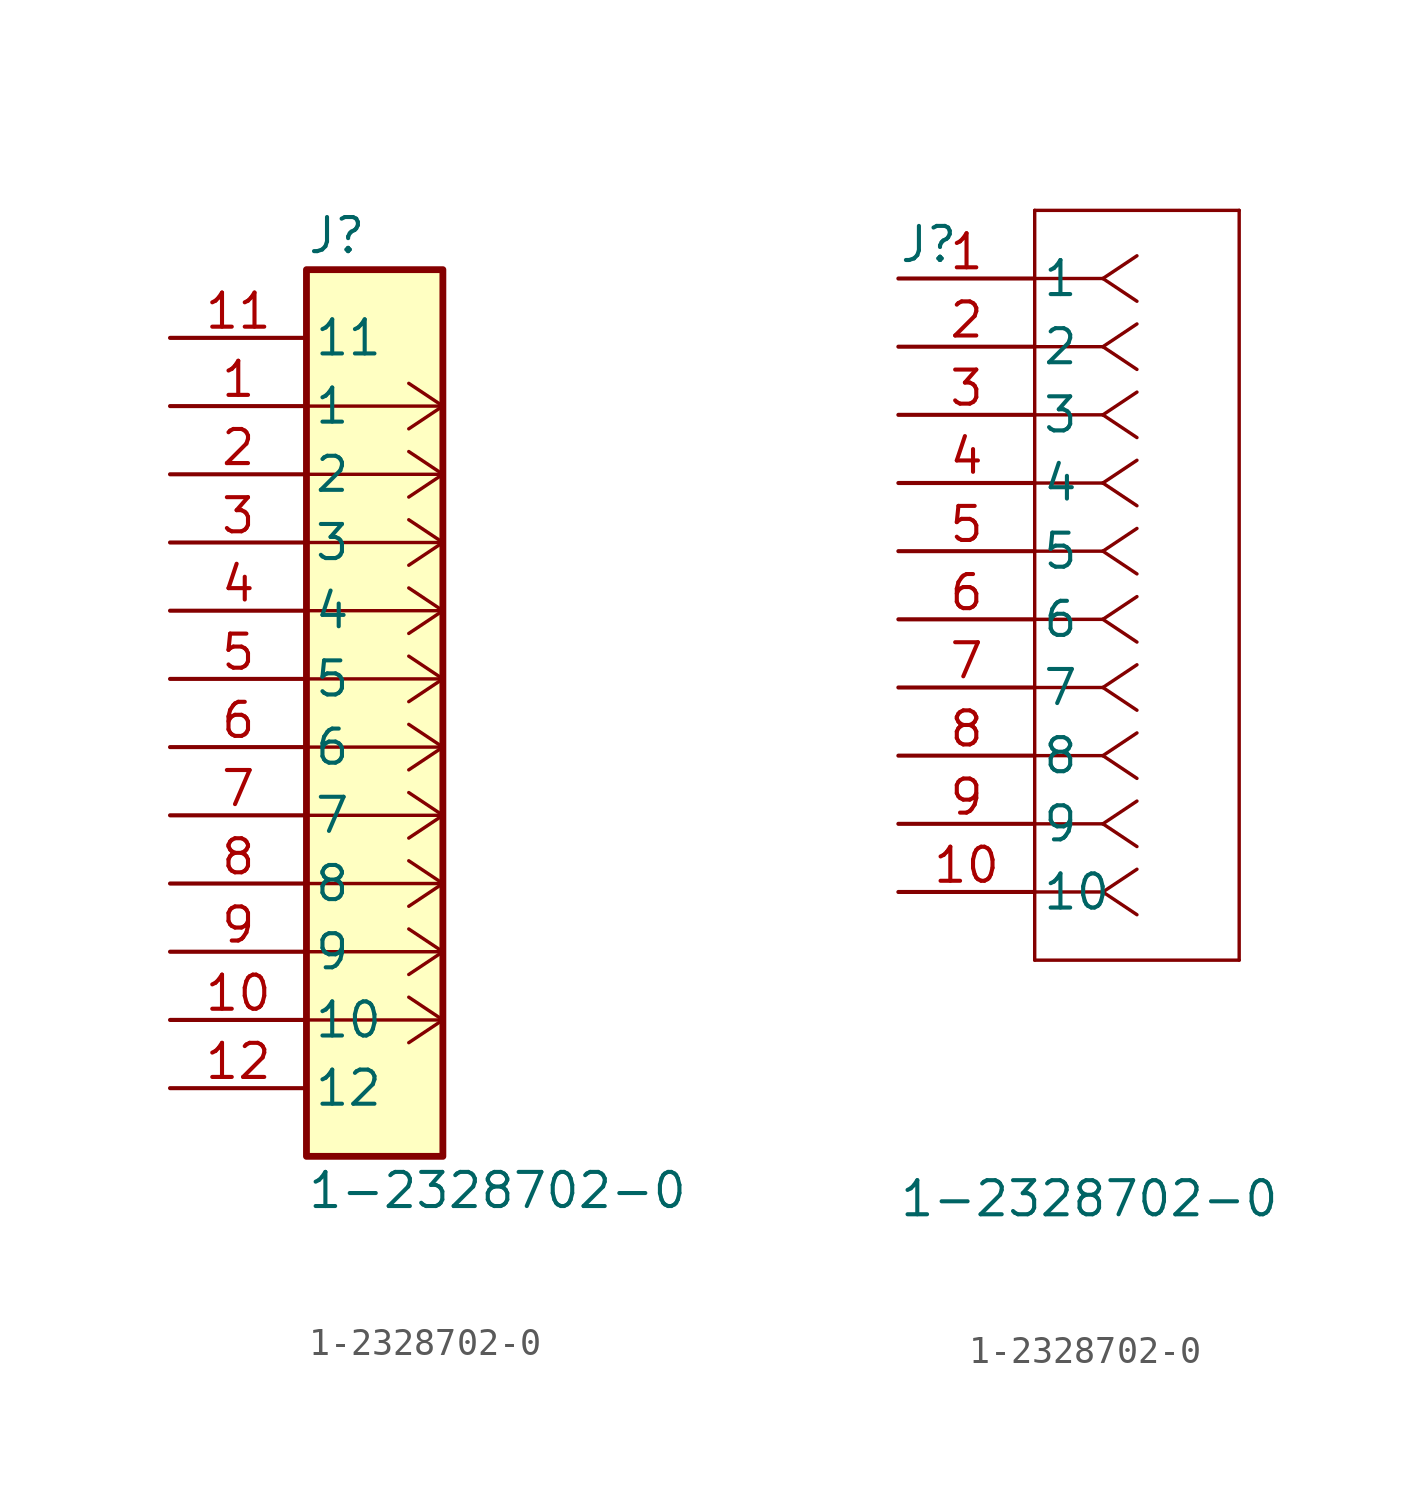
<source format=kicad_sym>
(kicad_symbol_lib
  (version 20231120)
  (generator "kicad_symbol_editor")
  (generator_version "8.0")
  (symbol "1-2328702-0"
    (pin_names
      (offset 0.254))
    (property "Reference" "J"
      (at 0 1.27 0)
      (do_not_autoplace)
      (effects (font (size 1.27 1.27)) (justify left)))
    (property "Value" "1-2328702-0"
      (at 0 -34.29 0)
      (do_not_autoplace)
      (effects (font (size 1.27 1.27)) (justify left)))
    (symbol "1-2328702-0_0_1"
      (rectangle (start 0 0) (end 5.08 -33.02) (stroke (width 0.254) (type default)) (fill (type background))))
    (symbol "1-2328702-0_1_1"
      (polyline (pts (xy 5.08 -27.94) (xy 0 -27.94)) (stroke (width 0.127) (type default)) (fill (type none)))
      (polyline (pts (xy 5.08 -27.94) (xy 3.81 -28.787)) (stroke (width 0.127) (type default)) (fill (type none)))
      (polyline (pts (xy 5.08 -27.94) (xy 3.81 -27.093)) (stroke (width 0.127) (type default)) (fill (type none)))
      (polyline (pts (xy 5.08 -25.4) (xy 0 -25.4)) (stroke (width 0.127) (type default)) (fill (type none)))
      (polyline (pts (xy 5.08 -25.4) (xy 3.81 -26.247)) (stroke (width 0.127) (type default)) (fill (type none)))
      (polyline (pts (xy 5.08 -25.4) (xy 3.81 -24.553)) (stroke (width 0.127) (type default)) (fill (type none)))
      (polyline (pts (xy 5.08 -22.86) (xy 0 -22.86)) (stroke (width 0.127) (type default)) (fill (type none)))
      (polyline (pts (xy 5.08 -22.86) (xy 3.81 -23.707)) (stroke (width 0.127) (type default)) (fill (type none)))
      (polyline (pts (xy 5.08 -22.86) (xy 3.81 -22.013)) (stroke (width 0.127) (type default)) (fill (type none)))
      (polyline (pts (xy 5.08 -20.32) (xy 0 -20.32)) (stroke (width 0.127) (type default)) (fill (type none)))
      (polyline (pts (xy 5.08 -20.32) (xy 3.81 -21.167)) (stroke (width 0.127) (type default)) (fill (type none)))
      (polyline (pts (xy 5.08 -20.32) (xy 3.81 -19.473)) (stroke (width 0.127) (type default)) (fill (type none)))
      (polyline (pts (xy 5.08 -17.78) (xy 0 -17.78)) (stroke (width 0.127) (type default)) (fill (type none)))
      (polyline (pts (xy 5.08 -17.78) (xy 3.81 -18.627)) (stroke (width 0.127) (type default)) (fill (type none)))
      (polyline (pts (xy 5.08 -17.78) (xy 3.81 -16.933)) (stroke (width 0.127) (type default)) (fill (type none)))
      (polyline (pts (xy 5.08 -15.24) (xy 0 -15.24)) (stroke (width 0.127) (type default)) (fill (type none)))
      (polyline (pts (xy 5.08 -15.24) (xy 3.81 -16.087)) (stroke (width 0.127) (type default)) (fill (type none)))
      (polyline (pts (xy 5.08 -15.24) (xy 3.81 -14.393)) (stroke (width 0.127) (type default)) (fill (type none)))
      (polyline (pts (xy 5.08 -12.7) (xy 0 -12.7)) (stroke (width 0.127) (type default)) (fill (type none)))
      (polyline (pts (xy 5.08 -12.7) (xy 3.81 -13.547)) (stroke (width 0.127) (type default)) (fill (type none)))
      (polyline (pts (xy 5.08 -12.7) (xy 3.81 -11.853)) (stroke (width 0.127) (type default)) (fill (type none)))
      (polyline (pts (xy 5.08 -10.16) (xy 0 -10.16)) (stroke (width 0.127) (type default)) (fill (type none)))
      (polyline (pts (xy 5.08 -10.16) (xy 3.81 -11.007)) (stroke (width 0.127) (type default)) (fill (type none)))
      (polyline (pts (xy 5.08 -10.16) (xy 3.81 -9.313)) (stroke (width 0.127) (type default)) (fill (type none)))
      (polyline (pts (xy 5.08 -7.62) (xy 0 -7.62)) (stroke (width 0.127) (type default)) (fill (type none)))
      (polyline (pts (xy 5.08 -7.62) (xy 3.81 -8.467)) (stroke (width 0.127) (type default)) (fill (type none)))
      (polyline (pts (xy 5.08 -7.62) (xy 3.81 -6.773)) (stroke (width 0.127) (type default)) (fill (type none)))
      (polyline (pts (xy 5.08 -5.08) (xy 0 -5.08)) (stroke (width 0.127) (type default)) (fill (type none)))
      (polyline (pts (xy 5.08 -5.08) (xy 3.81 -5.927)) (stroke (width 0.127) (type default)) (fill (type none)))
      (polyline (pts (xy 5.08 -5.08) (xy 3.81 -4.233)) (stroke (width 0.127) (type default)) (fill (type none)))
      (pin unspecified line (at -5.08 -5.08 0) (length 5.08) (name "1" (effects (font (size 1.27 1.27)))) (number "1" (effects (font (size 1.27 1.27)))))
      (pin unspecified line (at -5.08 -27.94 0) (length 5.08) (name "10" (effects (font (size 1.27 1.27)))) (number "10" (effects (font (size 1.27 1.27)))))
      (pin unspecified line (at -5.08 -2.54 0) (length 5.08) (name "11" (effects (font (size 1.27 1.27)))) (number "11" (effects (font (size 1.27 1.27)))))
      (pin unspecified line (at -5.08 -30.48 0) (length 5.08) (name "12" (effects (font (size 1.27 1.27)))) (number "12" (effects (font (size 1.27 1.27)))))
      (pin unspecified line (at -5.08 -7.62 0) (length 5.08) (name "2" (effects (font (size 1.27 1.27)))) (number "2" (effects (font (size 1.27 1.27)))))
      (pin unspecified line (at -5.08 -10.16 0) (length 5.08) (name "3" (effects (font (size 1.27 1.27)))) (number "3" (effects (font (size 1.27 1.27)))))
      (pin unspecified line (at -5.08 -12.7 0) (length 5.08) (name "4" (effects (font (size 1.27 1.27)))) (number "4" (effects (font (size 1.27 1.27)))))
      (pin unspecified line (at -5.08 -15.24 0) (length 5.08) (name "5" (effects (font (size 1.27 1.27)))) (number "5" (effects (font (size 1.27 1.27)))))
      (pin unspecified line (at -5.08 -17.78 0) (length 5.08) (name "6" (effects (font (size 1.27 1.27)))) (number "6" (effects (font (size 1.27 1.27)))))
      (pin unspecified line (at -5.08 -20.32 0) (length 5.08) (name "7" (effects (font (size 1.27 1.27)))) (number "7" (effects (font (size 1.27 1.27)))))
      (pin unspecified line (at -5.08 -22.86 0) (length 5.08) (name "8" (effects (font (size 1.27 1.27)))) (number "8" (effects (font (size 1.27 1.27)))))
      (pin unspecified line (at -5.08 -25.4 0) (length 5.08) (name "9" (effects (font (size 1.27 1.27)))) (number "9" (effects (font (size 1.27 1.27))))))
    (symbol "1-2328702-0_1_2"
      (polyline (pts (xy 5.08 -25.4) (xy 12.7 -25.4)) (stroke (width 0.127) (type default)) (fill (type none)))
      (polyline (pts (xy 5.08 2.54) (xy 5.08 -25.4)) (stroke (width 0.127) (type default)) (fill (type none)))
      (polyline (pts (xy 7.62 -22.86) (xy 5.08 -22.86)) (stroke (width 0.127) (type default)) (fill (type none)))
      (polyline (pts (xy 7.62 -22.86) (xy 8.89 -23.707)) (stroke (width 0.127) (type default)) (fill (type none)))
      (polyline (pts (xy 7.62 -22.86) (xy 8.89 -22.013)) (stroke (width 0.127) (type default)) (fill (type none)))
      (polyline (pts (xy 7.62 -20.32) (xy 5.08 -20.32)) (stroke (width 0.127) (type default)) (fill (type none)))
      (polyline (pts (xy 7.62 -20.32) (xy 8.89 -21.167)) (stroke (width 0.127) (type default)) (fill (type none)))
      (polyline (pts (xy 7.62 -20.32) (xy 8.89 -19.473)) (stroke (width 0.127) (type default)) (fill (type none)))
      (polyline (pts (xy 7.62 -17.78) (xy 5.08 -17.78)) (stroke (width 0.127) (type default)) (fill (type none)))
      (polyline (pts (xy 7.62 -17.78) (xy 8.89 -18.627)) (stroke (width 0.127) (type default)) (fill (type none)))
      (polyline (pts (xy 7.62 -17.78) (xy 8.89 -16.933)) (stroke (width 0.127) (type default)) (fill (type none)))
      (polyline (pts (xy 7.62 -15.24) (xy 5.08 -15.24)) (stroke (width 0.127) (type default)) (fill (type none)))
      (polyline (pts (xy 7.62 -15.24) (xy 8.89 -16.087)) (stroke (width 0.127) (type default)) (fill (type none)))
      (polyline (pts (xy 7.62 -15.24) (xy 8.89 -14.393)) (stroke (width 0.127) (type default)) (fill (type none)))
      (polyline (pts (xy 7.62 -12.7) (xy 5.08 -12.7)) (stroke (width 0.127) (type default)) (fill (type none)))
      (polyline (pts (xy 7.62 -12.7) (xy 8.89 -13.547)) (stroke (width 0.127) (type default)) (fill (type none)))
      (polyline (pts (xy 7.62 -12.7) (xy 8.89 -11.853)) (stroke (width 0.127) (type default)) (fill (type none)))
      (polyline (pts (xy 7.62 -10.16) (xy 5.08 -10.16)) (stroke (width 0.127) (type default)) (fill (type none)))
      (polyline (pts (xy 7.62 -10.16) (xy 8.89 -11.007)) (stroke (width 0.127) (type default)) (fill (type none)))
      (polyline (pts (xy 7.62 -10.16) (xy 8.89 -9.313)) (stroke (width 0.127) (type default)) (fill (type none)))
      (polyline (pts (xy 7.62 -7.62) (xy 5.08 -7.62)) (stroke (width 0.127) (type default)) (fill (type none)))
      (polyline (pts (xy 7.62 -7.62) (xy 8.89 -8.467)) (stroke (width 0.127) (type default)) (fill (type none)))
      (polyline (pts (xy 7.62 -7.62) (xy 8.89 -6.773)) (stroke (width 0.127) (type default)) (fill (type none)))
      (polyline (pts (xy 7.62 -5.08) (xy 5.08 -5.08)) (stroke (width 0.127) (type default)) (fill (type none)))
      (polyline (pts (xy 7.62 -5.08) (xy 8.89 -5.927)) (stroke (width 0.127) (type default)) (fill (type none)))
      (polyline (pts (xy 7.62 -5.08) (xy 8.89 -4.233)) (stroke (width 0.127) (type default)) (fill (type none)))
      (polyline (pts (xy 7.62 -2.54) (xy 5.08 -2.54)) (stroke (width 0.127) (type default)) (fill (type none)))
      (polyline (pts (xy 7.62 -2.54) (xy 8.89 -3.387)) (stroke (width 0.127) (type default)) (fill (type none)))
      (polyline (pts (xy 7.62 -2.54) (xy 8.89 -1.693)) (stroke (width 0.127) (type default)) (fill (type none)))
      (polyline (pts (xy 7.62 0) (xy 5.08 0)) (stroke (width 0.127) (type default)) (fill (type none)))
      (polyline (pts (xy 7.62 0) (xy 8.89 -0.847)) (stroke (width 0.127) (type default)) (fill (type none)))
      (polyline (pts (xy 7.62 0) (xy 8.89 0.847)) (stroke (width 0.127) (type default)) (fill (type none)))
      (polyline (pts (xy 12.7 -25.4) (xy 12.7 2.54)) (stroke (width 0.127) (type default)) (fill (type none)))
      (polyline (pts (xy 12.7 2.54) (xy 5.08 2.54)) (stroke (width 0.127) (type default)) (fill (type none)))
      (pin unspecified line (at 0 0 0) (length 5.08) (name "1" (effects (font (size 1.27 1.27)))) (number "1" (effects (font (size 1.27 1.27)))))
      (pin unspecified line (at 0 -22.86 0) (length 5.08) (name "10" (effects (font (size 1.27 1.27)))) (number "10" (effects (font (size 1.27 1.27)))))
      (pin unspecified line (at 0 -2.54 0) (length 5.08) (name "2" (effects (font (size 1.27 1.27)))) (number "2" (effects (font (size 1.27 1.27)))))
      (pin unspecified line (at 0 -5.08 0) (length 5.08) (name "3" (effects (font (size 1.27 1.27)))) (number "3" (effects (font (size 1.27 1.27)))))
      (pin unspecified line (at 0 -7.62 0) (length 5.08) (name "4" (effects (font (size 1.27 1.27)))) (number "4" (effects (font (size 1.27 1.27)))))
      (pin unspecified line (at 0 -10.16 0) (length 5.08) (name "5" (effects (font (size 1.27 1.27)))) (number "5" (effects (font (size 1.27 1.27)))))
      (pin unspecified line (at 0 -12.7 0) (length 5.08) (name "6" (effects (font (size 1.27 1.27)))) (number "6" (effects (font (size 1.27 1.27)))))
      (pin unspecified line (at 0 -15.24 0) (length 5.08) (name "7" (effects (font (size 1.27 1.27)))) (number "7" (effects (font (size 1.27 1.27)))))
      (pin unspecified line (at 0 -17.78 0) (length 5.08) (name "8" (effects (font (size 1.27 1.27)))) (number "8" (effects (font (size 1.27 1.27)))))
      (pin unspecified line (at 0 -20.32 0) (length 5.08) (name "9" (effects (font (size 1.27 1.27)))) (number "9" (effects (font (size 1.27 1.27))))))))
</source>
